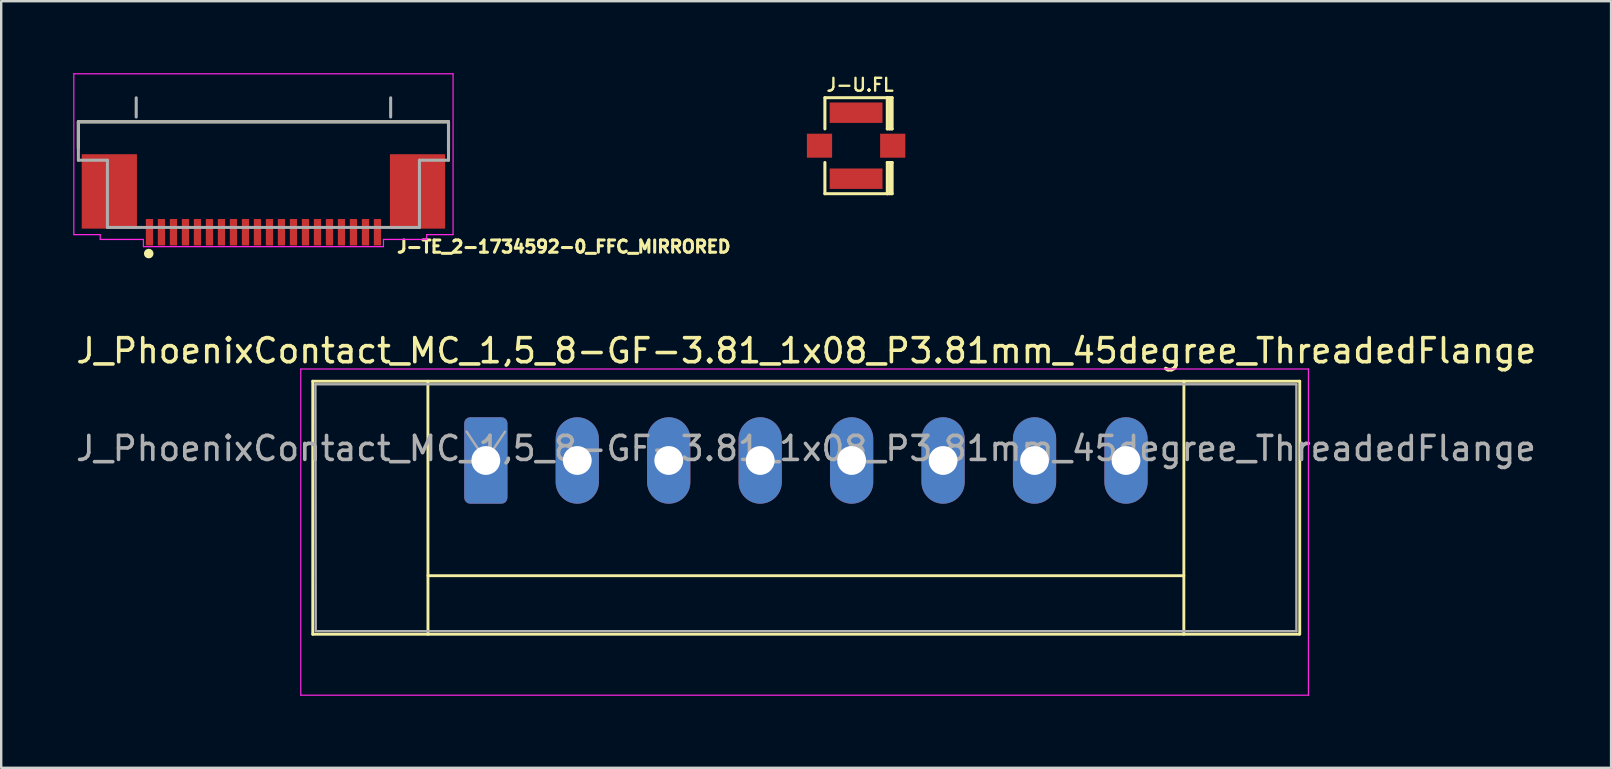
<source format=kicad_pcb>
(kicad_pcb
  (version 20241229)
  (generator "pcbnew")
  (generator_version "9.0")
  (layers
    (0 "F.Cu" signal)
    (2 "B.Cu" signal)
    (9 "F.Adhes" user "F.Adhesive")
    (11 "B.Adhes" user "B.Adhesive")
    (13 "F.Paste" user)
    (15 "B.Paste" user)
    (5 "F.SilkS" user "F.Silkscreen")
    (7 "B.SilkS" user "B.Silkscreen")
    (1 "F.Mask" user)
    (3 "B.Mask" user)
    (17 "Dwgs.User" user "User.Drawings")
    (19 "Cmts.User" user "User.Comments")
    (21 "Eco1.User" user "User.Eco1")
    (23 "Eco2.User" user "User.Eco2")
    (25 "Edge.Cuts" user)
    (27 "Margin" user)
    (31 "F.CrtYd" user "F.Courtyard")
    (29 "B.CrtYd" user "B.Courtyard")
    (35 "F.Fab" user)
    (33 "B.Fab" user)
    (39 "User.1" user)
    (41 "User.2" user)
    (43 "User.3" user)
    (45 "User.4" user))
  (footprint "J-U.FL"
    (layer "F.Cu")
    (at 32.616 3.02)
    (property "Reference" "J-U.FL" (at -1.292 -2.535 0) (layer "F.SilkS") (effects (font (size 0.537 0.537) (thickness 0.098)) (justify left)))
    (fp_line (start -1.3 -0.7) (end -1.3 -2) (stroke (width 0.127) (type solid)) (layer "F.SilkS"))
    (fp_line (start -1.3 2) (end -1.3 0.7) (stroke (width 0.127) (type solid)) (layer "F.SilkS"))
    (fp_line (start -1.3 2) (end 1.3 2) (stroke (width 0.127) (type solid)) (layer "F.SilkS"))
    (fp_line (start 1.3 -2) (end -1.3 -2) (stroke (width 0.127) (type solid)) (layer "F.SilkS"))
    (fp_line (start 1.3 -0.7) (end 1.3 -2) (stroke (width 0.127) (type solid)) (layer "F.SilkS"))
    (fp_line (start 1.3 2) (end 1.3 0.7) (stroke (width 0.127) (type solid)) (layer "F.SilkS"))
    (fp_line (start 1.4 -0.7) (end 1.4 -2) (stroke (width 0.127) (type solid)) (layer "F.SilkS"))
    (fp_line (start 1.4 2) (end 1.4 0.7) (stroke (width 0.127) (type solid)) (layer "F.SilkS"))
    (fp_line (start 1.5 -2) (end 1.3 -2) (stroke (width 0.127) (type solid)) (layer "F.SilkS"))
    (fp_line (start 1.5 -0.7) (end 1.3 -0.7) (stroke (width 0.127) (type solid)) (layer "F.SilkS"))
    (fp_line (start 1.5 -0.7) (end 1.5 -2) (stroke (width 0.127) (type solid)) (layer "F.SilkS"))
    (fp_line (start 1.5 0.7) (end 1.3 0.7) (stroke (width 0.127) (type solid)) (layer "F.SilkS"))
    (fp_line (start 1.5 2) (end 1.3 2) (stroke (width 0.127) (type solid)) (layer "F.SilkS"))
    (fp_line (start 1.5 2) (end 1.5 0.7) (stroke (width 0.127) (type solid)) (layer "F.SilkS"))
    (pad "FEED" smd rect (at 2.025 0) (size 1.05 1) (drill (offset -0.5 0)) (layers "F.Cu" "F.Mask" "F.Paste"))
    (pad "GND" smd rect (at 0 -1.375) (size 2.2 0.85) (layers "F.Cu" "F.Mask" "F.Paste"))
    (pad "GND" smd rect (at 0 1.375) (size 2.2 0.85) (layers "F.Cu" "F.Mask" "F.Paste"))
    (pad "NC" smd rect (at -1.525 0) (size 1.05 1) (layers "F.Cu" "F.Mask" "F.Paste"))
    (zone (net_name "") (layers "F.Cu" "F.Mask") (hatch edge 0.508) (connect_pads) (min_thickness 0.254) (filled_areas_thickness no) (keepout (tracks allowed) (vias not_allowed) (pads allowed) (copperpour not_allowed) (footprints allowed)) (placement (enabled no)) (fill) (polygon (pts (xy 34.666 1.83) (xy 34.666 4.21) (xy 31.516 4.21) (xy 31.516 1.83)))))
  (footprint "J-TE_2-1734592-0_FFC_MIRRORED"
    (layer "F.Cu")
    (at 7.925 4.925)
    (property "Reference" "J-TE_2-1734592-0_FFC_MIRRORED" (at 5.5 2.6 0) (layer "F.SilkS") (effects (font (size 0.508 0.508) (thickness 0.127)) (justify left bottom)))
    (fp_line (start -7.71 -2.9) (end -7.71 -1.8) (stroke (width 0.127) (type solid)) (layer "F.SilkS"))
    (fp_line (start 7.71 -2.9) (end -7.71 -2.9) (stroke (width 0.127) (type solid)) (layer "F.SilkS"))
    (fp_line (start 7.71 -1.8) (end 7.71 -2.9) (stroke (width 0.127) (type solid)) (layer "F.SilkS"))
    (fp_circle (center -4.779 2.589) (end -4.679 2.589) (stroke (width 0.2) (type solid)) (fill no) (layer "F.SilkS"))
    (fp_poly (pts (xy -7.2 1.1) (xy -5.6 1.1) (xy -5.6 -1.1) (xy -7.2 -1.1)) (stroke (width 0) (type solid)) (fill yes) (layer "F.Paste"))
    (fp_poly (pts (xy 5.7 1.1) (xy 7.3 1.1) (xy 7.3 -1.1) (xy 5.7 -1.1)) (stroke (width 0) (type solid)) (fill yes) (layer "F.Paste"))
    (fp_line (start -7.9 -4.9) (end -7.9 1.8) (stroke (width 0.05) (type solid)) (layer "F.CrtYd"))
    (fp_line (start -6.8 1.8) (end -7.9 1.8) (stroke (width 0.05) (type solid)) (layer "F.CrtYd"))
    (fp_line (start -6.8 2) (end -6.8 1.8) (stroke (width 0.05) (type solid)) (layer "F.CrtYd"))
    (fp_line (start -5 2) (end -6.8 2) (stroke (width 0.05) (type solid)) (layer "F.CrtYd"))
    (fp_line (start -5 2.3) (end -5 2) (stroke (width 0.05) (type solid)) (layer "F.CrtYd"))
    (fp_line (start -5 2.3) (end 5 2.3) (stroke (width 0.05) (type solid)) (layer "F.CrtYd"))
    (fp_line (start 5 2) (end 5 2.3) (stroke (width 0.05) (type solid)) (layer "F.CrtYd"))
    (fp_line (start 6.8 1.8) (end 6.8 2) (stroke (width 0.05) (type solid)) (layer "F.CrtYd"))
    (fp_line (start 6.8 2) (end 5 2) (stroke (width 0.05) (type solid)) (layer "F.CrtYd"))
    (fp_line (start 7.9 -4.9) (end -7.9 -4.9) (stroke (width 0.05) (type solid)) (layer "F.CrtYd"))
    (fp_line (start 7.9 1.8) (end 6.8 1.8) (stroke (width 0.05) (type solid)) (layer "F.CrtYd"))
    (fp_line (start 7.9 1.8) (end 7.9 -4.9) (stroke (width 0.05) (type solid)) (layer "F.CrtYd"))
    (fp_line (start -7.71 -1.3) (end -7.71 -2.9) (stroke (width 0.127) (type solid)) (layer "F.Fab"))
    (fp_line (start -6.5 -1.3) (end -7.71 -1.3) (stroke (width 0.127) (type solid)) (layer "F.Fab"))
    (fp_line (start -6.5 1.5) (end -6.5 -1.3) (stroke (width 0.127) (type solid)) (layer "F.Fab"))
    (fp_line (start -5.3 -3.1) (end -5.3 -3.9) (stroke (width 0.127) (type solid)) (layer "F.Fab"))
    (fp_line (start 5.3 -3.1) (end 5.3 -3.9) (stroke (width 0.127) (type solid)) (layer "F.Fab"))
    (fp_line (start 6.5 -1.3) (end 7.71 -1.3) (stroke (width 0.127) (type solid)) (layer "F.Fab"))
    (fp_line (start 6.5 1.5) (end -6.5 1.5) (stroke (width 0.127) (type solid)) (layer "F.Fab"))
    (fp_line (start 6.5 1.5) (end 6.5 -1.3) (stroke (width 0.127) (type solid)) (layer "F.Fab"))
    (fp_line (start 7.71 -2.9) (end -7.71 -2.9) (stroke (width 0.127) (type solid)) (layer "F.Fab"))
    (fp_line (start 7.71 -1.3) (end 7.71 -2.9) (stroke (width 0.127) (type solid)) (layer "F.Fab"))
    (pad "1" smd rect (at 4.75 1.7 270) (size 1.1 0.3) (layers "F.Cu" "F.Mask" "F.Paste"))
    (pad "2" smd rect (at 4.25 1.7 270) (size 1.1 0.3) (layers "F.Cu" "F.Mask" "F.Paste"))
    (pad "3" smd rect (at 3.75 1.7 270) (size 1.1 0.3) (layers "F.Cu" "F.Mask" "F.Paste"))
    (pad "4" smd rect (at 3.25 1.7 270) (size 1.1 0.3) (layers "F.Cu" "F.Mask" "F.Paste"))
    (pad "5" smd rect (at 2.75 1.7 270) (size 1.1 0.3) (layers "F.Cu" "F.Mask" "F.Paste"))
    (pad "6" smd rect (at 2.25 1.7 270) (size 1.1 0.3) (layers "F.Cu" "F.Mask" "F.Paste"))
    (pad "7" smd rect (at 1.75 1.7 270) (size 1.1 0.3) (layers "F.Cu" "F.Mask" "F.Paste"))
    (pad "8" smd rect (at 1.25 1.7 270) (size 1.1 0.3) (layers "F.Cu" "F.Mask" "F.Paste"))
    (pad "9" smd rect (at 0.75 1.7 270) (size 1.1 0.3) (layers "F.Cu" "F.Mask" "F.Paste"))
    (pad "10" smd rect (at 0.25 1.7 270) (size 1.1 0.3) (layers "F.Cu" "F.Mask" "F.Paste"))
    (pad "11" smd rect (at -0.25 1.7 270) (size 1.1 0.3) (layers "F.Cu" "F.Mask" "F.Paste"))
    (pad "12" smd rect (at -0.75 1.7 270) (size 1.1 0.3) (layers "F.Cu" "F.Mask" "F.Paste"))
    (pad "13" smd rect (at -1.25 1.7 270) (size 1.1 0.3) (layers "F.Cu" "F.Mask" "F.Paste"))
    (pad "14" smd rect (at -1.75 1.7 270) (size 1.1 0.3) (layers "F.Cu" "F.Mask" "F.Paste"))
    (pad "15" smd rect (at -2.25 1.7 270) (size 1.1 0.3) (layers "F.Cu" "F.Mask" "F.Paste"))
    (pad "16" smd rect (at -2.75 1.7 270) (size 1.1 0.3) (layers "F.Cu" "F.Mask" "F.Paste"))
    (pad "17" smd rect (at -3.25 1.7 270) (size 1.1 0.3) (layers "F.Cu" "F.Mask" "F.Paste"))
    (pad "18" smd rect (at -3.75 1.7 270) (size 1.1 0.3) (layers "F.Cu" "F.Mask" "F.Paste"))
    (pad "19" smd rect (at -4.25 1.7 270) (size 1.1 0.3) (layers "F.Cu" "F.Mask" "F.Paste"))
    (pad "20" smd rect (at -4.75 1.7 270) (size 1.1 0.3) (layers "F.Cu" "F.Mask" "F.Paste"))
    (pad "PAD1" smd rect (at 6.42 0 180) (size 2.3 3.1) (layers "F.Cu" "F.Mask"))
    (pad "PAD2" smd rect (at -6.42 0 180) (size 2.3 3.1) (layers "F.Cu" "F.Mask")))
  (footprint "J_PhoenixContact_MC_1,5_8-GF-3.81_1x08_P3.81mm_45degree_ThreadedFlange"
    (layer "F.Cu")
    (at 17.19 16.134)
    (property "Reference" "J_PhoenixContact_MC_1,5_8-GF-3.81_1x08_P3.81mm_45degree_ThreadedFlange" (at 13.35 -4.572 0) (layer "F.SilkS") (effects (font (size 1 1) (thickness 0.15))))
    (attr through_hole)
    (fp_line (start -7.21 -3.302) (end -7.21 7.239) (stroke (width 0.12) (type solid)) (layer "F.SilkS"))
    (fp_line (start -7.21 -3.302) (end 33.909 -3.302) (stroke (width 0.12) (type solid)) (layer "F.SilkS"))
    (fp_line (start -7.21 7.239) (end 33.88 7.239) (stroke (width 0.12) (type solid)) (layer "F.SilkS"))
    (fp_line (start -2.413 -3.302) (end -2.41 7.239) (stroke (width 0.12) (type solid)) (layer "F.SilkS"))
    (fp_line (start -2.41 4.8) (end 29.08 4.8) (stroke (width 0.12) (type solid)) (layer "F.SilkS"))
    (fp_line (start 29.083 -3.302) (end 29.08 7.239) (stroke (width 0.12) (type solid)) (layer "F.SilkS"))
    (fp_line (start 33.909 7.239) (end 33.909 -3.302) (stroke (width 0.12) (type solid)) (layer "F.SilkS"))
    (fp_line (start -7.71 -3.81) (end -7.71 9.779) (stroke (width 0.05) (type solid)) (layer "F.CrtYd"))
    (fp_line (start -7.71 9.779) (end 34.27 9.779) (stroke (width 0.05) (type solid)) (layer "F.CrtYd"))
    (fp_line (start 34.27 -3.81) (end -7.71 -3.81) (stroke (width 0.05) (type solid)) (layer "F.CrtYd"))
    (fp_line (start 34.27 9.779) (end 34.27 -3.81) (stroke (width 0.05) (type solid)) (layer "F.CrtYd"))
    (fp_line (start -7.1 -3.175) (end -7.087 7.112) (stroke (width 0.1) (type solid)) (layer "F.Fab"))
    (fp_line (start -7.049 7.112) (end 33.77 7.112) (stroke (width 0.1) (type solid)) (layer "F.Fab"))
    (fp_line (start 0 0) (end -0.8 -1.2) (stroke (width 0.1) (type solid)) (layer "F.Fab"))
    (fp_line (start 0.8 -1.2) (end 0 0) (stroke (width 0.1) (type solid)) (layer "F.Fab"))
    (fp_line (start 33.77 -3.175) (end -7.1 -3.175) (stroke (width 0.1) (type solid)) (layer "F.Fab"))
    (fp_line (start 33.77 7.112) (end 33.77 -3.175) (stroke (width 0.1) (type solid)) (layer "F.Fab"))
    (fp_text user "${REFERENCE}" (at 13.34 -0.5 0) (layer "F.Fab") (effects (font (size 1 1) (thickness 0.15))))
    (pad "1" thru_hole roundrect (at 0 0) (size 1.8 3.6) (drill 1.2) (layers "*.Cu" "*.Mask") (roundrect_rratio 0.139))
    (pad "2" thru_hole oval (at 3.81 0) (size 1.8 3.6) (drill 1.2) (layers "*.Cu" "*.Mask"))
    (pad "3" thru_hole oval (at 7.62 0) (size 1.8 3.6) (drill 1.2) (layers "*.Cu" "*.Mask"))
    (pad "4" thru_hole oval (at 11.43 0) (size 1.8 3.6) (drill 1.2) (layers "*.Cu" "*.Mask"))
    (pad "5" thru_hole oval (at 15.24 0) (size 1.8 3.6) (drill 1.2) (layers "*.Cu" "*.Mask"))
    (pad "6" thru_hole oval (at 19.05 0) (size 1.8 3.6) (drill 1.2) (layers "*.Cu" "*.Mask"))
    (pad "7" thru_hole oval (at 22.86 0) (size 1.8 3.6) (drill 1.2) (layers "*.Cu" "*.Mask"))
    (pad "8" thru_hole oval (at 26.67 0) (size 1.8 3.6) (drill 1.2) (layers "*.Cu" "*.Mask")))
  (gr_rect
    (start -3 -3)
    (end 64.069 28.938)
    (stroke (width 0.1) (type default))
    (fill no)
    (layer "Edge.Cuts")))
</source>
